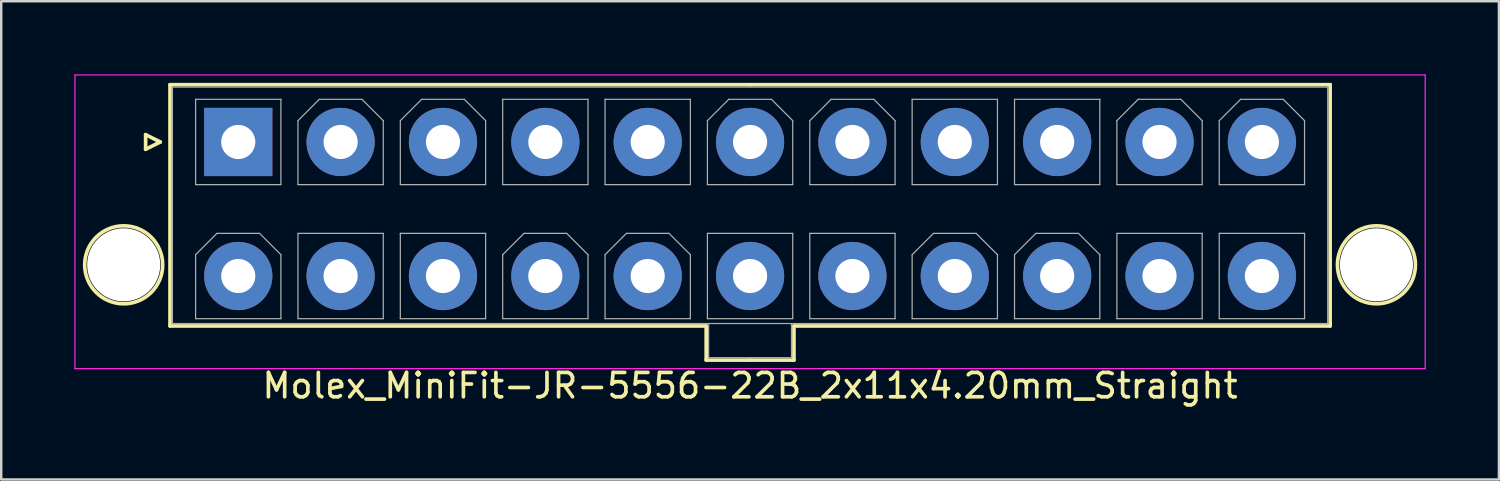
<source format=kicad_pcb>
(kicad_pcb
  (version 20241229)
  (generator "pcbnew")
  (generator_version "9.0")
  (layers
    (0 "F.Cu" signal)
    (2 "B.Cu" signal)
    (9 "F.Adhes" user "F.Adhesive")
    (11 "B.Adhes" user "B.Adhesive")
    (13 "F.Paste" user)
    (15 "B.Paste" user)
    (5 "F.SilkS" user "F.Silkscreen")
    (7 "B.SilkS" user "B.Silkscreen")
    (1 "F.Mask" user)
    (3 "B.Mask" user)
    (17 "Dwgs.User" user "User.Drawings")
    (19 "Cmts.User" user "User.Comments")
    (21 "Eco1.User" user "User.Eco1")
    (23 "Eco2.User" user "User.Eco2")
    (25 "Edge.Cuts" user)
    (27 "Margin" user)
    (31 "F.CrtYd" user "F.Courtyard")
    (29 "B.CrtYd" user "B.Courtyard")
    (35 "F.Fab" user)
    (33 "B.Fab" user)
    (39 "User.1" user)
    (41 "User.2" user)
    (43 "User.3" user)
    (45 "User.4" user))
  (footprint "Molex_MiniFit-JR-5556-22B_2x11x4.20mm_Straight"
    (layer "F.Cu")
    (at 6.725 2.775)
    (property "Reference" "Molex_MiniFit-JR-5556-22B_2x11x4.20mm_Straight" (at 21 10 0) (layer "F.SilkS") (effects (font (size 1 1) (thickness 0.15))))
    (attr through_hole)
    (fp_line (start -3.8 -0.3) (end -3.2 0) (stroke (width 0.15) (type solid)) (layer "F.SilkS"))
    (fp_line (start -3.8 0.3) (end -3.8 -0.3) (stroke (width 0.15) (type solid)) (layer "F.SilkS"))
    (fp_line (start -3.2 0) (end -3.8 0.3) (stroke (width 0.15) (type solid)) (layer "F.SilkS"))
    (fp_line (start -2.8 -2.35) (end -2.8 7.55) (stroke (width 0.15) (type solid)) (layer "F.SilkS"))
    (fp_line (start -2.8 7.55) (end 19.2 7.55) (stroke (width 0.15) (type solid)) (layer "F.SilkS"))
    (fp_line (start 19.2 7.55) (end 19.2 8.95) (stroke (width 0.15) (type solid)) (layer "F.SilkS"))
    (fp_line (start 19.2 8.95) (end 21 8.95) (stroke (width 0.15) (type solid)) (layer "F.SilkS"))
    (fp_line (start 21 -2.35) (end -2.8 -2.35) (stroke (width 0.15) (type solid)) (layer "F.SilkS"))
    (fp_line (start 21 -2.35) (end 44.8 -2.35) (stroke (width 0.15) (type solid)) (layer "F.SilkS"))
    (fp_line (start 22.8 7.55) (end 22.8 8.95) (stroke (width 0.15) (type solid)) (layer "F.SilkS"))
    (fp_line (start 22.8 8.95) (end 21 8.95) (stroke (width 0.15) (type solid)) (layer "F.SilkS"))
    (fp_line (start 44.8 -2.35) (end 44.8 7.55) (stroke (width 0.15) (type solid)) (layer "F.SilkS"))
    (fp_line (start 44.8 7.55) (end 22.8 7.55) (stroke (width 0.15) (type solid)) (layer "F.SilkS"))
    (fp_circle (center -4.7 5.04) (end -3.1 5.04) (stroke (width 0.15) (type solid)) (fill no) (layer "F.SilkS"))
    (fp_circle (center 46.7 5.04) (end 48.3 5.04) (stroke (width 0.15) (type solid)) (fill no) (layer "F.SilkS"))
    (fp_line (start -6.7 -2.75) (end -6.7 9.3) (stroke (width 0.05) (type solid)) (layer "F.CrtYd"))
    (fp_line (start -6.7 9.3) (end 48.7 9.3) (stroke (width 0.05) (type solid)) (layer "F.CrtYd"))
    (fp_line (start 48.7 -2.75) (end -6.7 -2.75) (stroke (width 0.05) (type solid)) (layer "F.CrtYd"))
    (fp_line (start 48.7 9.3) (end 48.7 -2.75) (stroke (width 0.05) (type solid)) (layer "F.CrtYd"))
    (fp_line (start -2.7 -2.25) (end -2.7 7.45) (stroke (width 0.05) (type solid)) (layer "F.Fab"))
    (fp_line (start -2.7 7.45) (end 44.7 7.45) (stroke (width 0.05) (type solid)) (layer "F.Fab"))
    (fp_line (start -1.75 -1.75) (end -1.75 1.75) (stroke (width 0.05) (type solid)) (layer "F.Fab"))
    (fp_line (start -1.75 1.75) (end 1.75 1.75) (stroke (width 0.05) (type solid)) (layer "F.Fab"))
    (fp_line (start -1.75 4.625) (end -0.875 3.75) (stroke (width 0.05) (type solid)) (layer "F.Fab"))
    (fp_line (start -1.75 7.25) (end -1.75 4.625) (stroke (width 0.05) (type solid)) (layer "F.Fab"))
    (fp_line (start -0.875 3.75) (end 0.875 3.75) (stroke (width 0.05) (type solid)) (layer "F.Fab"))
    (fp_line (start 0.875 3.75) (end 1.75 4.625) (stroke (width 0.05) (type solid)) (layer "F.Fab"))
    (fp_line (start 1.75 -1.75) (end -1.75 -1.75) (stroke (width 0.05) (type solid)) (layer "F.Fab"))
    (fp_line (start 1.75 1.75) (end 1.75 -1.75) (stroke (width 0.05) (type solid)) (layer "F.Fab"))
    (fp_line (start 1.75 4.625) (end 1.75 7.25) (stroke (width 0.05) (type solid)) (layer "F.Fab"))
    (fp_line (start 1.75 7.25) (end -1.75 7.25) (stroke (width 0.05) (type solid)) (layer "F.Fab"))
    (fp_line (start 2.45 -0.875) (end 3.325 -1.75) (stroke (width 0.05) (type solid)) (layer "F.Fab"))
    (fp_line (start 2.45 1.75) (end 2.45 -0.875) (stroke (width 0.05) (type solid)) (layer "F.Fab"))
    (fp_line (start 2.45 3.75) (end 2.45 7.25) (stroke (width 0.05) (type solid)) (layer "F.Fab"))
    (fp_line (start 2.45 7.25) (end 5.95 7.25) (stroke (width 0.05) (type solid)) (layer "F.Fab"))
    (fp_line (start 3.325 -1.75) (end 5.075 -1.75) (stroke (width 0.05) (type solid)) (layer "F.Fab"))
    (fp_line (start 5.075 -1.75) (end 5.95 -0.875) (stroke (width 0.05) (type solid)) (layer "F.Fab"))
    (fp_line (start 5.95 -0.875) (end 5.95 1.75) (stroke (width 0.05) (type solid)) (layer "F.Fab"))
    (fp_line (start 5.95 1.75) (end 2.45 1.75) (stroke (width 0.05) (type solid)) (layer "F.Fab"))
    (fp_line (start 5.95 3.75) (end 2.45 3.75) (stroke (width 0.05) (type solid)) (layer "F.Fab"))
    (fp_line (start 5.95 7.25) (end 5.95 3.75) (stroke (width 0.05) (type solid)) (layer "F.Fab"))
    (fp_line (start 6.65 -0.875) (end 7.525 -1.75) (stroke (width 0.05) (type solid)) (layer "F.Fab"))
    (fp_line (start 6.65 1.75) (end 6.65 -0.875) (stroke (width 0.05) (type solid)) (layer "F.Fab"))
    (fp_line (start 6.65 3.75) (end 6.65 7.25) (stroke (width 0.05) (type solid)) (layer "F.Fab"))
    (fp_line (start 6.65 7.25) (end 10.15 7.25) (stroke (width 0.05) (type solid)) (layer "F.Fab"))
    (fp_line (start 7.525 -1.75) (end 9.275 -1.75) (stroke (width 0.05) (type solid)) (layer "F.Fab"))
    (fp_line (start 9.275 -1.75) (end 10.15 -0.875) (stroke (width 0.05) (type solid)) (layer "F.Fab"))
    (fp_line (start 10.15 -0.875) (end 10.15 1.75) (stroke (width 0.05) (type solid)) (layer "F.Fab"))
    (fp_line (start 10.15 1.75) (end 6.65 1.75) (stroke (width 0.05) (type solid)) (layer "F.Fab"))
    (fp_line (start 10.15 3.75) (end 6.65 3.75) (stroke (width 0.05) (type solid)) (layer "F.Fab"))
    (fp_line (start 10.15 7.25) (end 10.15 3.75) (stroke (width 0.05) (type solid)) (layer "F.Fab"))
    (fp_line (start 10.85 -1.75) (end 10.85 1.75) (stroke (width 0.05) (type solid)) (layer "F.Fab"))
    (fp_line (start 10.85 1.75) (end 14.35 1.75) (stroke (width 0.05) (type solid)) (layer "F.Fab"))
    (fp_line (start 10.85 4.625) (end 11.725 3.75) (stroke (width 0.05) (type solid)) (layer "F.Fab"))
    (fp_line (start 10.85 7.25) (end 10.85 4.625) (stroke (width 0.05) (type solid)) (layer "F.Fab"))
    (fp_line (start 11.725 3.75) (end 13.475 3.75) (stroke (width 0.05) (type solid)) (layer "F.Fab"))
    (fp_line (start 13.475 3.75) (end 14.35 4.625) (stroke (width 0.05) (type solid)) (layer "F.Fab"))
    (fp_line (start 14.35 -1.75) (end 10.85 -1.75) (stroke (width 0.05) (type solid)) (layer "F.Fab"))
    (fp_line (start 14.35 1.75) (end 14.35 -1.75) (stroke (width 0.05) (type solid)) (layer "F.Fab"))
    (fp_line (start 14.35 4.625) (end 14.35 7.25) (stroke (width 0.05) (type solid)) (layer "F.Fab"))
    (fp_line (start 14.35 7.25) (end 10.85 7.25) (stroke (width 0.05) (type solid)) (layer "F.Fab"))
    (fp_line (start 15.05 -1.75) (end 15.05 1.75) (stroke (width 0.05) (type solid)) (layer "F.Fab"))
    (fp_line (start 15.05 1.75) (end 18.55 1.75) (stroke (width 0.05) (type solid)) (layer "F.Fab"))
    (fp_line (start 15.05 4.625) (end 15.925 3.75) (stroke (width 0.05) (type solid)) (layer "F.Fab"))
    (fp_line (start 15.05 7.25) (end 15.05 4.625) (stroke (width 0.05) (type solid)) (layer "F.Fab"))
    (fp_line (start 15.925 3.75) (end 17.675 3.75) (stroke (width 0.05) (type solid)) (layer "F.Fab"))
    (fp_line (start 17.675 3.75) (end 18.55 4.625) (stroke (width 0.05) (type solid)) (layer "F.Fab"))
    (fp_line (start 18.55 -1.75) (end 15.05 -1.75) (stroke (width 0.05) (type solid)) (layer "F.Fab"))
    (fp_line (start 18.55 1.75) (end 18.55 -1.75) (stroke (width 0.05) (type solid)) (layer "F.Fab"))
    (fp_line (start 18.55 4.625) (end 18.55 7.25) (stroke (width 0.05) (type solid)) (layer "F.Fab"))
    (fp_line (start 18.55 7.25) (end 15.05 7.25) (stroke (width 0.05) (type solid)) (layer "F.Fab"))
    (fp_line (start 19.25 -0.875) (end 20.125 -1.75) (stroke (width 0.05) (type solid)) (layer "F.Fab"))
    (fp_line (start 19.25 1.75) (end 19.25 -0.875) (stroke (width 0.05) (type solid)) (layer "F.Fab"))
    (fp_line (start 19.25 3.75) (end 19.25 7.25) (stroke (width 0.05) (type solid)) (layer "F.Fab"))
    (fp_line (start 19.25 7.25) (end 22.75 7.25) (stroke (width 0.05) (type solid)) (layer "F.Fab"))
    (fp_line (start 19.3 7.45) (end 19.3 8.85) (stroke (width 0.05) (type solid)) (layer "F.Fab"))
    (fp_line (start 19.3 8.85) (end 22.7 8.85) (stroke (width 0.05) (type solid)) (layer "F.Fab"))
    (fp_line (start 20.125 -1.75) (end 21.875 -1.75) (stroke (width 0.05) (type solid)) (layer "F.Fab"))
    (fp_line (start 21.875 -1.75) (end 22.75 -0.875) (stroke (width 0.05) (type solid)) (layer "F.Fab"))
    (fp_line (start 22.7 8.85) (end 22.7 7.45) (stroke (width 0.05) (type solid)) (layer "F.Fab"))
    (fp_line (start 22.75 -0.875) (end 22.75 1.75) (stroke (width 0.05) (type solid)) (layer "F.Fab"))
    (fp_line (start 22.75 1.75) (end 19.25 1.75) (stroke (width 0.05) (type solid)) (layer "F.Fab"))
    (fp_line (start 22.75 3.75) (end 19.25 3.75) (stroke (width 0.05) (type solid)) (layer "F.Fab"))
    (fp_line (start 22.75 7.25) (end 22.75 3.75) (stroke (width 0.05) (type solid)) (layer "F.Fab"))
    (fp_line (start 23.45 -0.875) (end 24.325 -1.75) (stroke (width 0.05) (type solid)) (layer "F.Fab"))
    (fp_line (start 23.45 1.75) (end 23.45 -0.875) (stroke (width 0.05) (type solid)) (layer "F.Fab"))
    (fp_line (start 23.45 3.75) (end 23.45 7.25) (stroke (width 0.05) (type solid)) (layer "F.Fab"))
    (fp_line (start 23.45 7.25) (end 26.95 7.25) (stroke (width 0.05) (type solid)) (layer "F.Fab"))
    (fp_line (start 24.325 -1.75) (end 26.075 -1.75) (stroke (width 0.05) (type solid)) (layer "F.Fab"))
    (fp_line (start 26.075 -1.75) (end 26.95 -0.875) (stroke (width 0.05) (type solid)) (layer "F.Fab"))
    (fp_line (start 26.95 -0.875) (end 26.95 1.75) (stroke (width 0.05) (type solid)) (layer "F.Fab"))
    (fp_line (start 26.95 1.75) (end 23.45 1.75) (stroke (width 0.05) (type solid)) (layer "F.Fab"))
    (fp_line (start 26.95 3.75) (end 23.45 3.75) (stroke (width 0.05) (type solid)) (layer "F.Fab"))
    (fp_line (start 26.95 7.25) (end 26.95 3.75) (stroke (width 0.05) (type solid)) (layer "F.Fab"))
    (fp_line (start 27.65 -1.75) (end 27.65 1.75) (stroke (width 0.05) (type solid)) (layer "F.Fab"))
    (fp_line (start 27.65 1.75) (end 31.15 1.75) (stroke (width 0.05) (type solid)) (layer "F.Fab"))
    (fp_line (start 27.65 4.625) (end 28.525 3.75) (stroke (width 0.05) (type solid)) (layer "F.Fab"))
    (fp_line (start 27.65 7.25) (end 27.65 4.625) (stroke (width 0.05) (type solid)) (layer "F.Fab"))
    (fp_line (start 28.525 3.75) (end 30.275 3.75) (stroke (width 0.05) (type solid)) (layer "F.Fab"))
    (fp_line (start 30.275 3.75) (end 31.15 4.625) (stroke (width 0.05) (type solid)) (layer "F.Fab"))
    (fp_line (start 31.15 -1.75) (end 27.65 -1.75) (stroke (width 0.05) (type solid)) (layer "F.Fab"))
    (fp_line (start 31.15 1.75) (end 31.15 -1.75) (stroke (width 0.05) (type solid)) (layer "F.Fab"))
    (fp_line (start 31.15 4.625) (end 31.15 7.25) (stroke (width 0.05) (type solid)) (layer "F.Fab"))
    (fp_line (start 31.15 7.25) (end 27.65 7.25) (stroke (width 0.05) (type solid)) (layer "F.Fab"))
    (fp_line (start 31.85 -1.75) (end 31.85 1.75) (stroke (width 0.05) (type solid)) (layer "F.Fab"))
    (fp_line (start 31.85 1.75) (end 35.35 1.75) (stroke (width 0.05) (type solid)) (layer "F.Fab"))
    (fp_line (start 31.85 4.625) (end 32.725 3.75) (stroke (width 0.05) (type solid)) (layer "F.Fab"))
    (fp_line (start 31.85 7.25) (end 31.85 4.625) (stroke (width 0.05) (type solid)) (layer "F.Fab"))
    (fp_line (start 32.725 3.75) (end 34.475 3.75) (stroke (width 0.05) (type solid)) (layer "F.Fab"))
    (fp_line (start 34.475 3.75) (end 35.35 4.625) (stroke (width 0.05) (type solid)) (layer "F.Fab"))
    (fp_line (start 35.35 -1.75) (end 31.85 -1.75) (stroke (width 0.05) (type solid)) (layer "F.Fab"))
    (fp_line (start 35.35 1.75) (end 35.35 -1.75) (stroke (width 0.05) (type solid)) (layer "F.Fab"))
    (fp_line (start 35.35 4.625) (end 35.35 7.25) (stroke (width 0.05) (type solid)) (layer "F.Fab"))
    (fp_line (start 35.35 7.25) (end 31.85 7.25) (stroke (width 0.05) (type solid)) (layer "F.Fab"))
    (fp_line (start 36.05 -0.875) (end 36.925 -1.75) (stroke (width 0.05) (type solid)) (layer "F.Fab"))
    (fp_line (start 36.05 1.75) (end 36.05 -0.875) (stroke (width 0.05) (type solid)) (layer "F.Fab"))
    (fp_line (start 36.05 3.75) (end 36.05 7.25) (stroke (width 0.05) (type solid)) (layer "F.Fab"))
    (fp_line (start 36.05 7.25) (end 39.55 7.25) (stroke (width 0.05) (type solid)) (layer "F.Fab"))
    (fp_line (start 36.925 -1.75) (end 38.675 -1.75) (stroke (width 0.05) (type solid)) (layer "F.Fab"))
    (fp_line (start 38.675 -1.75) (end 39.55 -0.875) (stroke (width 0.05) (type solid)) (layer "F.Fab"))
    (fp_line (start 39.55 -0.875) (end 39.55 1.75) (stroke (width 0.05) (type solid)) (layer "F.Fab"))
    (fp_line (start 39.55 1.75) (end 36.05 1.75) (stroke (width 0.05) (type solid)) (layer "F.Fab"))
    (fp_line (start 39.55 3.75) (end 36.05 3.75) (stroke (width 0.05) (type solid)) (layer "F.Fab"))
    (fp_line (start 39.55 7.25) (end 39.55 3.75) (stroke (width 0.05) (type solid)) (layer "F.Fab"))
    (fp_line (start 40.25 -0.875) (end 41.125 -1.75) (stroke (width 0.05) (type solid)) (layer "F.Fab"))
    (fp_line (start 40.25 1.75) (end 40.25 -0.875) (stroke (width 0.05) (type solid)) (layer "F.Fab"))
    (fp_line (start 40.25 3.75) (end 40.25 7.25) (stroke (width 0.05) (type solid)) (layer "F.Fab"))
    (fp_line (start 40.25 7.25) (end 43.75 7.25) (stroke (width 0.05) (type solid)) (layer "F.Fab"))
    (fp_line (start 41.125 -1.75) (end 42.875 -1.75) (stroke (width 0.05) (type solid)) (layer "F.Fab"))
    (fp_line (start 42.875 -1.75) (end 43.75 -0.875) (stroke (width 0.05) (type solid)) (layer "F.Fab"))
    (fp_line (start 43.75 -0.875) (end 43.75 1.75) (stroke (width 0.05) (type solid)) (layer "F.Fab"))
    (fp_line (start 43.75 1.75) (end 40.25 1.75) (stroke (width 0.05) (type solid)) (layer "F.Fab"))
    (fp_line (start 43.75 3.75) (end 40.25 3.75) (stroke (width 0.05) (type solid)) (layer "F.Fab"))
    (fp_line (start 43.75 7.25) (end 43.75 3.75) (stroke (width 0.05) (type solid)) (layer "F.Fab"))
    (fp_line (start 44.7 -2.25) (end -2.7 -2.25) (stroke (width 0.05) (type solid)) (layer "F.Fab"))
    (fp_line (start 44.7 7.45) (end 44.7 -2.25) (stroke (width 0.05) (type solid)) (layer "F.Fab"))
    (pad "" np_thru_hole circle (at -4.7 5.04) (size 3 3) (drill 3) (layers "*.Cu"))
    (pad "" np_thru_hole circle (at 46.7 5.04) (size 3 3) (drill 3) (layers "*.Cu"))
    (pad "1" thru_hole rect (at 0 0) (size 2.8 2.8) (drill 1.4) (layers "*.Cu" "*.Mask"))
    (pad "2" thru_hole circle (at 4.2 0) (size 2.8 2.8) (drill 1.4) (layers "*.Cu" "*.Mask"))
    (pad "3" thru_hole circle (at 8.4 0) (size 2.8 2.8) (drill 1.4) (layers "*.Cu" "*.Mask"))
    (pad "4" thru_hole circle (at 12.6 0) (size 2.8 2.8) (drill 1.4) (layers "*.Cu" "*.Mask"))
    (pad "5" thru_hole circle (at 16.8 0) (size 2.8 2.8) (drill 1.4) (layers "*.Cu" "*.Mask"))
    (pad "6" thru_hole circle (at 21 0) (size 2.8 2.8) (drill 1.4) (layers "*.Cu" "*.Mask"))
    (pad "7" thru_hole circle (at 25.2 0) (size 2.8 2.8) (drill 1.4) (layers "*.Cu" "*.Mask"))
    (pad "8" thru_hole circle (at 29.4 0) (size 2.8 2.8) (drill 1.4) (layers "*.Cu" "*.Mask"))
    (pad "9" thru_hole circle (at 33.6 0) (size 2.8 2.8) (drill 1.4) (layers "*.Cu" "*.Mask"))
    (pad "10" thru_hole circle (at 37.8 0) (size 2.8 2.8) (drill 1.4) (layers "*.Cu" "*.Mask"))
    (pad "11" thru_hole circle (at 42 0) (size 2.8 2.8) (drill 1.4) (layers "*.Cu" "*.Mask"))
    (pad "12" thru_hole circle (at 0 5.5) (size 2.8 2.8) (drill 1.4) (layers "*.Cu" "*.Mask"))
    (pad "13" thru_hole circle (at 4.2 5.5) (size 2.8 2.8) (drill 1.4) (layers "*.Cu" "*.Mask"))
    (pad "14" thru_hole circle (at 8.4 5.5) (size 2.8 2.8) (drill 1.4) (layers "*.Cu" "*.Mask"))
    (pad "15" thru_hole circle (at 12.6 5.5) (size 2.8 2.8) (drill 1.4) (layers "*.Cu" "*.Mask"))
    (pad "16" thru_hole circle (at 16.8 5.5) (size 2.8 2.8) (drill 1.4) (layers "*.Cu" "*.Mask"))
    (pad "17" thru_hole circle (at 21 5.5) (size 2.8 2.8) (drill 1.4) (layers "*.Cu" "*.Mask"))
    (pad "18" thru_hole circle (at 25.2 5.5) (size 2.8 2.8) (drill 1.4) (layers "*.Cu" "*.Mask"))
    (pad "19" thru_hole circle (at 29.4 5.5) (size 2.8 2.8) (drill 1.4) (layers "*.Cu" "*.Mask"))
    (pad "20" thru_hole circle (at 33.6 5.5) (size 2.8 2.8) (drill 1.4) (layers "*.Cu" "*.Mask"))
    (pad "21" thru_hole circle (at 37.8 5.5) (size 2.8 2.8) (drill 1.4) (layers "*.Cu" "*.Mask"))
    (pad "22" thru_hole circle (at 42 5.5) (size 2.8 2.8) (drill 1.4) (layers "*.Cu" "*.Mask")))
  (gr_rect
    (start -3 -3)
    (end 58.45 16.623)
    (stroke (width 0.1) (type default))
    (fill no)
    (layer "Edge.Cuts")))
</source>
